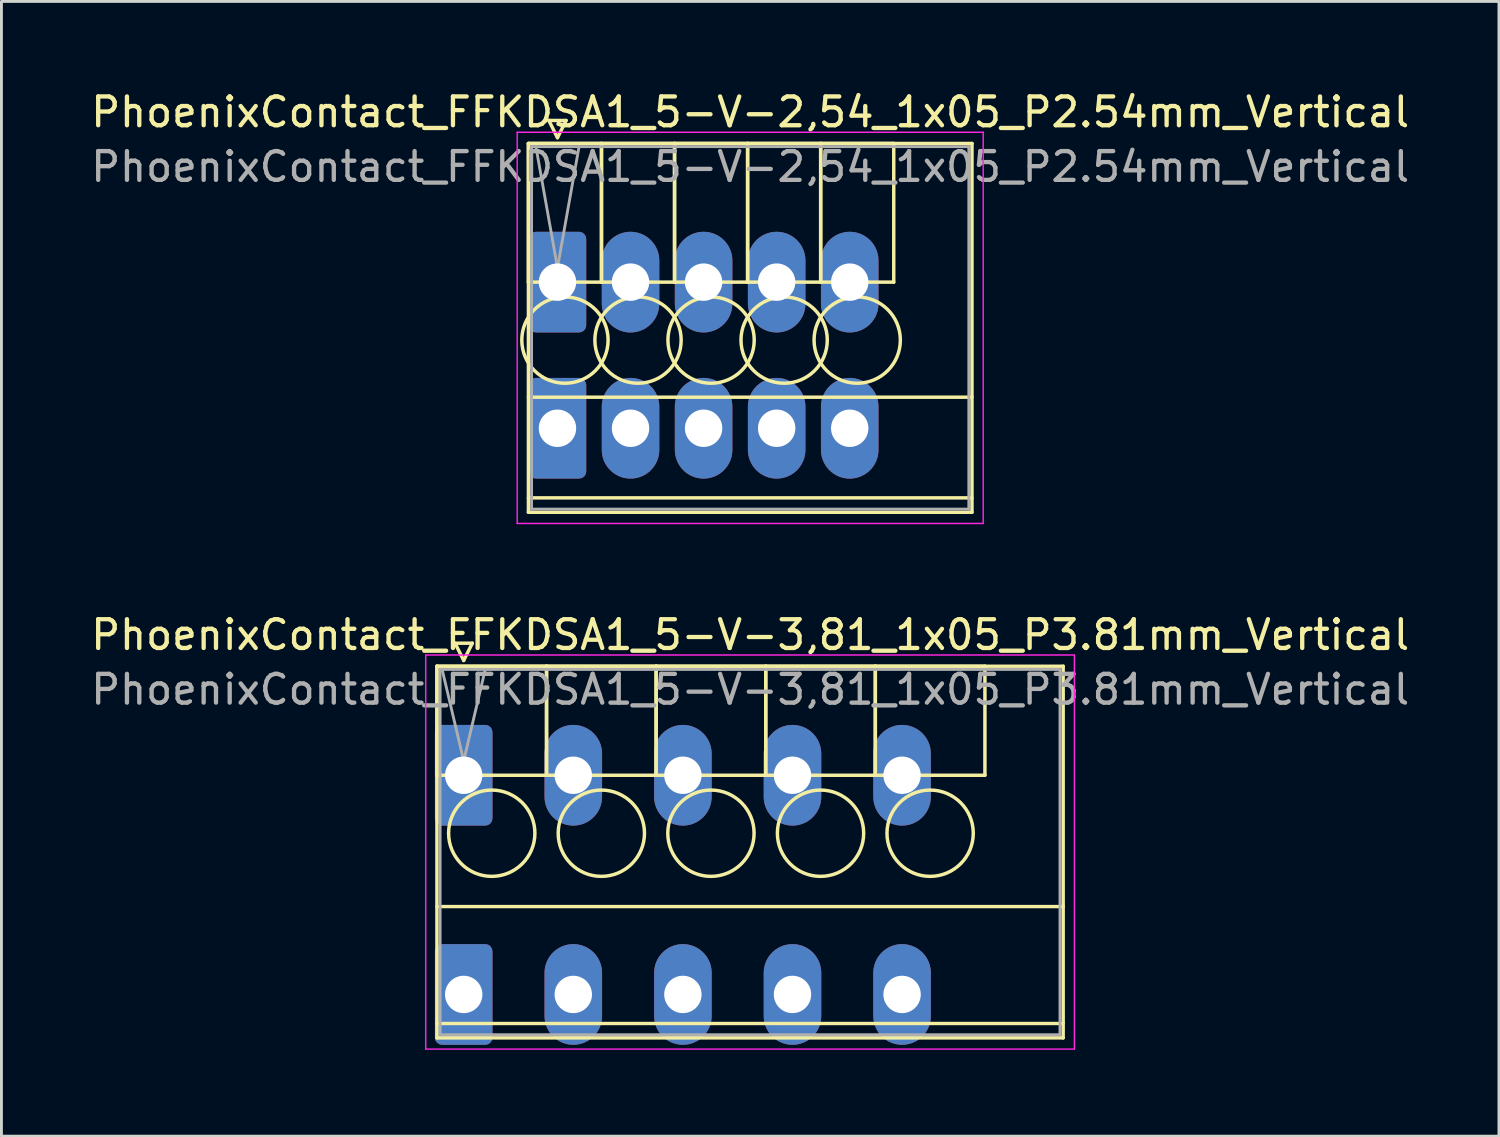
<source format=kicad_pcb>
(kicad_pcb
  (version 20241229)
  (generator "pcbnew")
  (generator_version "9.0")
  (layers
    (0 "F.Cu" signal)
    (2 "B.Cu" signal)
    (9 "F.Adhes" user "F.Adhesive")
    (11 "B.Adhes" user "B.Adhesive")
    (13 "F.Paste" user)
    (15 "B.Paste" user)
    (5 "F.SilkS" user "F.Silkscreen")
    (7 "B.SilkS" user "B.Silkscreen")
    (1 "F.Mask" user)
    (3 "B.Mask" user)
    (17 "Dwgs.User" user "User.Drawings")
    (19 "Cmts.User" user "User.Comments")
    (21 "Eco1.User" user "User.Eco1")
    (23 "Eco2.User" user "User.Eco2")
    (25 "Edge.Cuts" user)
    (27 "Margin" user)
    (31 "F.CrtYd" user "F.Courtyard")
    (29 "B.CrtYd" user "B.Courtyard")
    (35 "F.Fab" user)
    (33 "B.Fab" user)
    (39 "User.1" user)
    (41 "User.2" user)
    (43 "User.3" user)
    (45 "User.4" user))
  (footprint "PhoenixContact_FFKDSA1_5-V-3,81_1x05_P3.81mm_Vertical"
    (layer "F.Cu")
    (at 13.07 23.901)
    (property "Reference" "PhoenixContact_FFKDSA1_5-V-3,81_1x05_P3.81mm_Vertical" (at 9.96 -4.88 0) (layer "F.SilkS") (effects (font (size 1 1) (thickness 0.15))))
    (attr through_hole)
    (fp_line (start -0.93 -3.79) (end -0.93 0) (stroke (width 0.12) (type solid)) (layer "F.SilkS"))
    (fp_line (start -0.93 -3.79) (end -0.93 9.13) (stroke (width 0.12) (type solid)) (layer "F.SilkS"))
    (fp_line (start -0.93 0) (end 2.88 0) (stroke (width 0.12) (type solid)) (layer "F.SilkS"))
    (fp_line (start -0.93 4.565) (end 20.84 4.565) (stroke (width 0.12) (type solid)) (layer "F.SilkS"))
    (fp_line (start -0.93 8.63) (end 20.84 8.63) (stroke (width 0.12) (type solid)) (layer "F.SilkS"))
    (fp_line (start -0.93 9.13) (end 20.84 9.13) (stroke (width 0.12) (type solid)) (layer "F.SilkS"))
    (fp_line (start -0.3 -4.59) (end 0.3 -4.59) (stroke (width 0.12) (type solid)) (layer "F.SilkS"))
    (fp_line (start 0 -3.99) (end -0.3 -4.59) (stroke (width 0.12) (type solid)) (layer "F.SilkS"))
    (fp_line (start 0.3 -4.59) (end 0 -3.99) (stroke (width 0.12) (type solid)) (layer "F.SilkS"))
    (fp_line (start 2.88 -3.79) (end -0.93 -3.79) (stroke (width 0.12) (type solid)) (layer "F.SilkS"))
    (fp_line (start 2.88 -3.79) (end 2.88 0) (stroke (width 0.12) (type solid)) (layer "F.SilkS"))
    (fp_line (start 2.88 0) (end 2.88 -3.79) (stroke (width 0.12) (type solid)) (layer "F.SilkS"))
    (fp_line (start 2.88 0) (end 6.69 0) (stroke (width 0.12) (type solid)) (layer "F.SilkS"))
    (fp_line (start 6.69 -3.79) (end 2.88 -3.79) (stroke (width 0.12) (type solid)) (layer "F.SilkS"))
    (fp_line (start 6.69 -3.79) (end 6.69 0) (stroke (width 0.12) (type solid)) (layer "F.SilkS"))
    (fp_line (start 6.69 0) (end 6.69 -3.79) (stroke (width 0.12) (type solid)) (layer "F.SilkS"))
    (fp_line (start 6.69 0) (end 10.5 0) (stroke (width 0.12) (type solid)) (layer "F.SilkS"))
    (fp_line (start 10.5 -3.79) (end 6.69 -3.79) (stroke (width 0.12) (type solid)) (layer "F.SilkS"))
    (fp_line (start 10.5 -3.79) (end 10.5 0) (stroke (width 0.12) (type solid)) (layer "F.SilkS"))
    (fp_line (start 10.5 0) (end 10.5 -3.79) (stroke (width 0.12) (type solid)) (layer "F.SilkS"))
    (fp_line (start 10.5 0) (end 14.31 0) (stroke (width 0.12) (type solid)) (layer "F.SilkS"))
    (fp_line (start 14.31 -3.79) (end 10.5 -3.79) (stroke (width 0.12) (type solid)) (layer "F.SilkS"))
    (fp_line (start 14.31 -3.79) (end 14.31 0) (stroke (width 0.12) (type solid)) (layer "F.SilkS"))
    (fp_line (start 14.31 0) (end 14.31 -3.79) (stroke (width 0.12) (type solid)) (layer "F.SilkS"))
    (fp_line (start 14.31 0) (end 18.12 0) (stroke (width 0.12) (type solid)) (layer "F.SilkS"))
    (fp_line (start 18.12 -3.79) (end 14.31 -3.79) (stroke (width 0.12) (type solid)) (layer "F.SilkS"))
    (fp_line (start 18.12 0) (end 18.12 -3.79) (stroke (width 0.12) (type solid)) (layer "F.SilkS"))
    (fp_line (start 20.84 -3.79) (end -0.93 -3.79) (stroke (width 0.12) (type solid)) (layer "F.SilkS"))
    (fp_line (start 20.84 9.13) (end 20.84 -3.79) (stroke (width 0.12) (type solid)) (layer "F.SilkS"))
    (fp_circle (center 0.975 2.015) (end 2.475 2.015) (stroke (width 0.12) (type solid)) (fill no) (layer "F.SilkS"))
    (fp_circle (center 4.785 2.015) (end 6.285 2.015) (stroke (width 0.12) (type solid)) (fill no) (layer "F.SilkS"))
    (fp_circle (center 8.595 2.015) (end 10.095 2.015) (stroke (width 0.12) (type solid)) (fill no) (layer "F.SilkS"))
    (fp_circle (center 12.405 2.015) (end 13.905 2.015) (stroke (width 0.12) (type solid)) (fill no) (layer "F.SilkS"))
    (fp_circle (center 16.215 2.015) (end 17.715 2.015) (stroke (width 0.12) (type solid)) (fill no) (layer "F.SilkS"))
    (fp_line (start -1.32 -4.18) (end -1.32 9.52) (stroke (width 0.05) (type solid)) (layer "F.CrtYd"))
    (fp_line (start -1.32 9.52) (end 21.23 9.52) (stroke (width 0.05) (type solid)) (layer "F.CrtYd"))
    (fp_line (start 21.23 -4.18) (end -1.32 -4.18) (stroke (width 0.05) (type solid)) (layer "F.CrtYd"))
    (fp_line (start 21.23 9.52) (end 21.23 -4.18) (stroke (width 0.05) (type solid)) (layer "F.CrtYd"))
    (fp_line (start -0.82 -3.68) (end -0.82 9.02) (stroke (width 0.1) (type solid)) (layer "F.Fab"))
    (fp_line (start -0.82 9.02) (end 20.73 9.02) (stroke (width 0.1) (type solid)) (layer "F.Fab"))
    (fp_line (start 0 -0.5) (end -0.75 -3.68) (stroke (width 0.1) (type solid)) (layer "F.Fab"))
    (fp_line (start 0.75 -3.68) (end 0 -0.5) (stroke (width 0.1) (type solid)) (layer "F.Fab"))
    (fp_line (start 20.73 -3.68) (end -0.82 -3.68) (stroke (width 0.1) (type solid)) (layer "F.Fab"))
    (fp_line (start 20.73 9.02) (end 20.73 -3.68) (stroke (width 0.1) (type solid)) (layer "F.Fab"))
    (fp_text user "${REFERENCE}" (at 9.96 -2.98 0) (layer "F.Fab") (effects (font (size 1 1) (thickness 0.15))))
    (pad "1" thru_hole roundrect (at 0 0) (size 2 3.5) (drill 1.3) (layers "*.Cu" "*.Mask") (roundrect_rratio 0.125))
    (pad "1" thru_hole roundrect (at 0 7.62) (size 2 3.5) (drill 1.3) (layers "*.Cu" "*.Mask") (roundrect_rratio 0.125))
    (pad "2" thru_hole oval (at 3.81 0) (size 2 3.5) (drill 1.3) (layers "*.Cu" "*.Mask"))
    (pad "2" thru_hole oval (at 3.81 7.62) (size 2 3.5) (drill 1.3) (layers "*.Cu" "*.Mask"))
    (pad "3" thru_hole oval (at 7.62 0) (size 2 3.5) (drill 1.3) (layers "*.Cu" "*.Mask"))
    (pad "3" thru_hole oval (at 7.62 7.62) (size 2 3.5) (drill 1.3) (layers "*.Cu" "*.Mask"))
    (pad "4" thru_hole oval (at 11.43 0) (size 2 3.5) (drill 1.3) (layers "*.Cu" "*.Mask"))
    (pad "4" thru_hole oval (at 11.43 7.62) (size 2 3.5) (drill 1.3) (layers "*.Cu" "*.Mask"))
    (pad "5" thru_hole oval (at 15.24 0) (size 2 3.5) (drill 1.3) (layers "*.Cu" "*.Mask"))
    (pad "5" thru_hole oval (at 15.24 7.62) (size 2 3.5) (drill 1.3) (layers "*.Cu" "*.Mask")))
  (footprint "PhoenixContact_FFKDSA1_5-V-2,54_1x05_P2.54mm_Vertical"
    (layer "F.Cu")
    (at 16.33 6.758)
    (property "Reference" "PhoenixContact_FFKDSA1_5-V-2,54_1x05_P2.54mm_Vertical" (at 6.7 -5.91 0) (layer "F.SilkS") (effects (font (size 1 1) (thickness 0.15))))
    (attr through_hole)
    (fp_line (start -1.01 -4.82) (end -1.01 0) (stroke (width 0.12) (type solid)) (layer "F.SilkS"))
    (fp_line (start -1.01 -4.82) (end -1.01 8) (stroke (width 0.12) (type solid)) (layer "F.SilkS"))
    (fp_line (start -1.01 0) (end 1.53 0) (stroke (width 0.12) (type solid)) (layer "F.SilkS"))
    (fp_line (start -1.01 4) (end 14.41 4) (stroke (width 0.12) (type solid)) (layer "F.SilkS"))
    (fp_line (start -1.01 7.5) (end 14.41 7.5) (stroke (width 0.12) (type solid)) (layer "F.SilkS"))
    (fp_line (start -1.01 8) (end 14.41 8) (stroke (width 0.12) (type solid)) (layer "F.SilkS"))
    (fp_line (start -0.3 -5.62) (end 0.3 -5.62) (stroke (width 0.12) (type solid)) (layer "F.SilkS"))
    (fp_line (start 0 -5.02) (end -0.3 -5.62) (stroke (width 0.12) (type solid)) (layer "F.SilkS"))
    (fp_line (start 0.3 -5.62) (end 0 -5.02) (stroke (width 0.12) (type solid)) (layer "F.SilkS"))
    (fp_line (start 1.53 -4.82) (end -1.01 -4.82) (stroke (width 0.12) (type solid)) (layer "F.SilkS"))
    (fp_line (start 1.53 -4.82) (end 1.53 0) (stroke (width 0.12) (type solid)) (layer "F.SilkS"))
    (fp_line (start 1.53 0) (end 1.53 -4.82) (stroke (width 0.12) (type solid)) (layer "F.SilkS"))
    (fp_line (start 1.53 0) (end 4.07 0) (stroke (width 0.12) (type solid)) (layer "F.SilkS"))
    (fp_line (start 4.07 -4.82) (end 1.53 -4.82) (stroke (width 0.12) (type solid)) (layer "F.SilkS"))
    (fp_line (start 4.07 -4.82) (end 4.07 0) (stroke (width 0.12) (type solid)) (layer "F.SilkS"))
    (fp_line (start 4.07 0) (end 4.07 -4.82) (stroke (width 0.12) (type solid)) (layer "F.SilkS"))
    (fp_line (start 4.07 0) (end 6.61 0) (stroke (width 0.12) (type solid)) (layer "F.SilkS"))
    (fp_line (start 6.61 -4.82) (end 4.07 -4.82) (stroke (width 0.12) (type solid)) (layer "F.SilkS"))
    (fp_line (start 6.61 -4.82) (end 6.61 0) (stroke (width 0.12) (type solid)) (layer "F.SilkS"))
    (fp_line (start 6.61 0) (end 6.61 -4.82) (stroke (width 0.12) (type solid)) (layer "F.SilkS"))
    (fp_line (start 6.61 0) (end 9.15 0) (stroke (width 0.12) (type solid)) (layer "F.SilkS"))
    (fp_line (start 9.15 -4.82) (end 6.61 -4.82) (stroke (width 0.12) (type solid)) (layer "F.SilkS"))
    (fp_line (start 9.15 -4.82) (end 9.15 0) (stroke (width 0.12) (type solid)) (layer "F.SilkS"))
    (fp_line (start 9.15 0) (end 9.15 -4.82) (stroke (width 0.12) (type solid)) (layer "F.SilkS"))
    (fp_line (start 9.15 0) (end 11.69 0) (stroke (width 0.12) (type solid)) (layer "F.SilkS"))
    (fp_line (start 11.69 -4.82) (end 9.15 -4.82) (stroke (width 0.12) (type solid)) (layer "F.SilkS"))
    (fp_line (start 11.69 0) (end 11.69 -4.82) (stroke (width 0.12) (type solid)) (layer "F.SilkS"))
    (fp_line (start 14.41 -4.82) (end -1.01 -4.82) (stroke (width 0.12) (type solid)) (layer "F.SilkS"))
    (fp_line (start 14.41 8) (end 14.41 -4.82) (stroke (width 0.12) (type solid)) (layer "F.SilkS"))
    (fp_circle (center 0.26 2.015) (end 1.76 2.015) (stroke (width 0.12) (type solid)) (fill no) (layer "F.SilkS"))
    (fp_circle (center 2.8 2.015) (end 4.3 2.015) (stroke (width 0.12) (type solid)) (fill no) (layer "F.SilkS"))
    (fp_circle (center 5.34 2.015) (end 6.84 2.015) (stroke (width 0.12) (type solid)) (fill no) (layer "F.SilkS"))
    (fp_circle (center 7.88 2.015) (end 9.38 2.015) (stroke (width 0.12) (type solid)) (fill no) (layer "F.SilkS"))
    (fp_circle (center 10.42 2.015) (end 11.92 2.015) (stroke (width 0.12) (type solid)) (fill no) (layer "F.SilkS"))
    (fp_line (start -1.4 -5.21) (end -1.4 8.39) (stroke (width 0.05) (type solid)) (layer "F.CrtYd"))
    (fp_line (start -1.4 8.39) (end 14.8 8.39) (stroke (width 0.05) (type solid)) (layer "F.CrtYd"))
    (fp_line (start 14.8 -5.21) (end -1.4 -5.21) (stroke (width 0.05) (type solid)) (layer "F.CrtYd"))
    (fp_line (start 14.8 8.39) (end 14.8 -5.21) (stroke (width 0.05) (type solid)) (layer "F.CrtYd"))
    (fp_line (start -0.9 -4.71) (end -0.9 7.89) (stroke (width 0.1) (type solid)) (layer "F.Fab"))
    (fp_line (start -0.9 7.89) (end 14.3 7.89) (stroke (width 0.1) (type solid)) (layer "F.Fab"))
    (fp_line (start 0 -0.5) (end -0.75 -4.71) (stroke (width 0.1) (type solid)) (layer "F.Fab"))
    (fp_line (start 0.75 -4.71) (end 0 -0.5) (stroke (width 0.1) (type solid)) (layer "F.Fab"))
    (fp_line (start 14.3 -4.71) (end -0.9 -4.71) (stroke (width 0.1) (type solid)) (layer "F.Fab"))
    (fp_line (start 14.3 7.89) (end 14.3 -4.71) (stroke (width 0.1) (type solid)) (layer "F.Fab"))
    (fp_text user "${REFERENCE}" (at 6.7 -4.01 0) (layer "F.Fab") (effects (font (size 1 1) (thickness 0.15))))
    (pad "1" thru_hole roundrect (at 0 0) (size 2 3.5) (drill 1.3) (layers "*.Cu" "*.Mask") (roundrect_rratio 0.125))
    (pad "1" thru_hole roundrect (at 0 5.08) (size 2 3.5) (drill 1.3) (layers "*.Cu" "*.Mask") (roundrect_rratio 0.125))
    (pad "2" thru_hole oval (at 2.54 0) (size 2 3.5) (drill 1.3) (layers "*.Cu" "*.Mask"))
    (pad "2" thru_hole oval (at 2.54 5.08) (size 2 3.5) (drill 1.3) (layers "*.Cu" "*.Mask"))
    (pad "3" thru_hole oval (at 5.08 0) (size 2 3.5) (drill 1.3) (layers "*.Cu" "*.Mask"))
    (pad "3" thru_hole oval (at 5.08 5.08) (size 2 3.5) (drill 1.3) (layers "*.Cu" "*.Mask"))
    (pad "4" thru_hole oval (at 7.62 0) (size 2 3.5) (drill 1.3) (layers "*.Cu" "*.Mask"))
    (pad "4" thru_hole oval (at 7.62 5.08) (size 2 3.5) (drill 1.3) (layers "*.Cu" "*.Mask"))
    (pad "5" thru_hole oval (at 10.16 0) (size 2 3.5) (drill 1.3) (layers "*.Cu" "*.Mask"))
    (pad "5" thru_hole oval (at 10.16 5.08) (size 2 3.5) (drill 1.3) (layers "*.Cu" "*.Mask")))
  (gr_rect
    (start -3 -3)
    (end 49.06 36.447)
    (stroke (width 0.1) (type default))
    (fill no)
    (layer "Edge.Cuts")))
</source>
